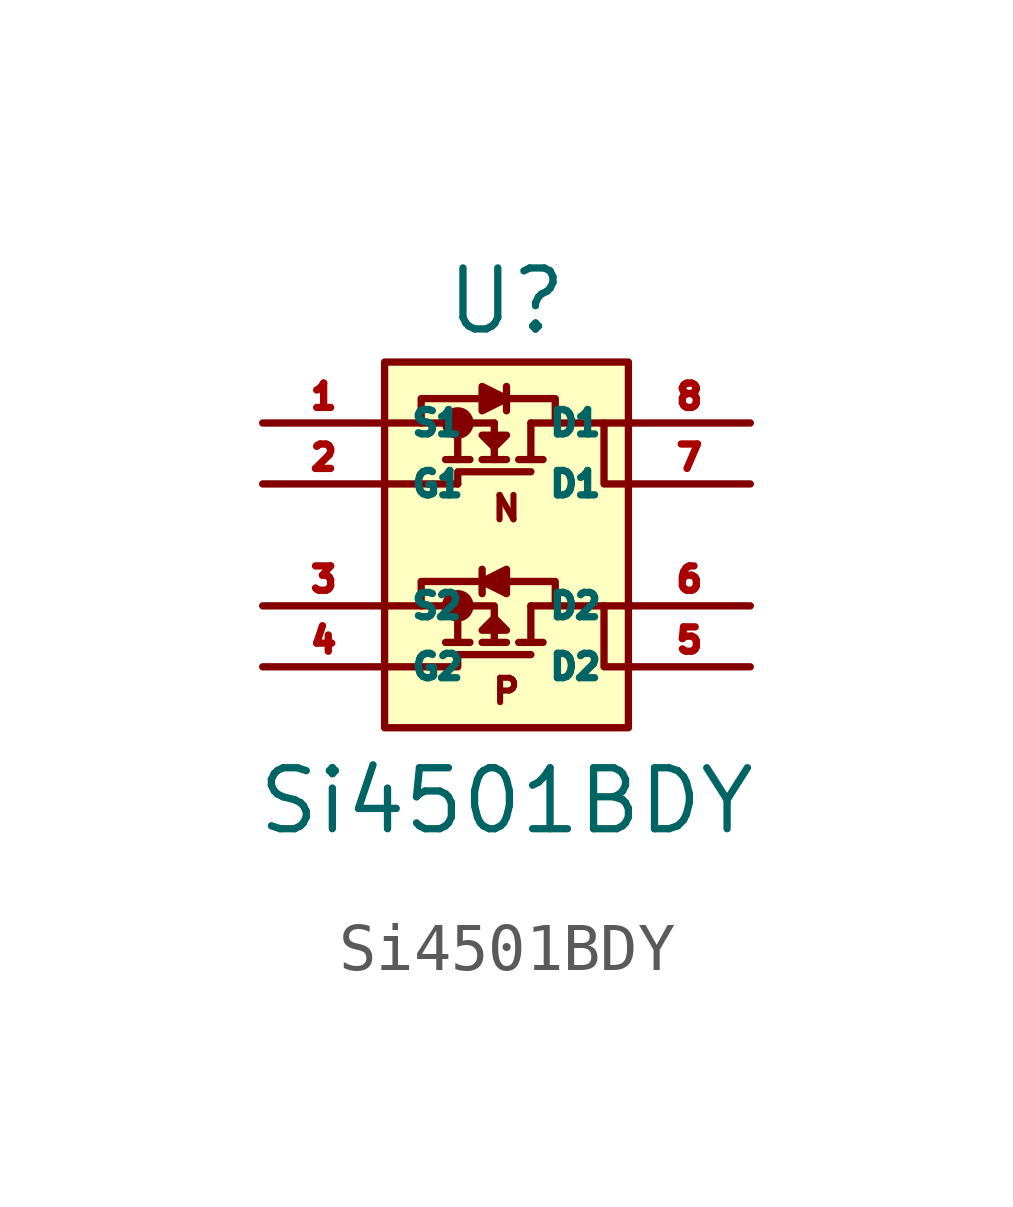
<source format=kicad_sym>
(kicad_symbol_lib
  (version 20211014)
  (generator kicad_symbol_editor)
  (symbol "Si4501BDY"
    (property "Reference" "U"
      (at 0 5.08 0)
      (effects (font (size 1.27 1.27))))
    (property "Value" "Si4501BDY"
      (at 0 -5.334 0)
      (effects (font (size 1.27 1.27))))
    (symbol "Si4501BDY_0_0"
      (text "N" (at 0 0.762 0) (effects (font (size 0.508 0.508))))
      (text "P" (at 0 -3.048 0) (effects (font (size 0.508 0.508)))))
    (symbol "Si4501BDY_0_1"
      (circle (center -1.016 -1.27) (radius 0.254) (stroke (width 0) (type default) (color 0 0 0 0)) (fill (type outline)))
      (circle (center -1.016 2.54) (radius 0.254) (stroke (width 0) (type default) (color 0 0 0 0)) (fill (type outline)))
      (polyline (pts (xy -1.27 1.778) (xy -0.762 1.778)) (stroke (width 0) (type default) (color 0 0 0 0)) (fill (type none)))
      (polyline (pts (xy -1.016 -1.27) (xy -1.016 -2.032)) (stroke (width 0) (type default) (color 0 0 0 0)) (fill (type none)))
      (polyline (pts (xy -1.016 1.27) (xy -2.54 1.27)) (stroke (width 0) (type default) (color 0 0 0 0)) (fill (type none)))
      (polyline (pts (xy -1.016 1.778) (xy -1.016 2.54)) (stroke (width 0) (type default) (color 0 0 0 0)) (fill (type none)))
      (polyline (pts (xy -1.016 2.54) (xy -2.54 2.54)) (stroke (width 0) (type default) (color 0 0 0 0)) (fill (type none)))
      (polyline (pts (xy -1.016 2.54) (xy -0.254 2.54)) (stroke (width 0) (type default) (color 0 0 0 0)) (fill (type none)))
      (polyline (pts (xy -0.762 -2.032) (xy -1.27 -2.032)) (stroke (width 0) (type default) (color 0 0 0 0)) (fill (type none)))
      (polyline (pts (xy -0.508 -2.032) (xy 0 -2.032)) (stroke (width 0) (type default) (color 0 0 0 0)) (fill (type none)))
      (polyline (pts (xy -0.508 -0.508) (xy -0.508 -1.016)) (stroke (width 0) (type default) (color 0 0 0 0)) (fill (type none)))
      (polyline (pts (xy -0.508 1.778) (xy 0 1.778)) (stroke (width 0) (type default) (color 0 0 0 0)) (fill (type none)))
      (polyline (pts (xy -0.254 1.778) (xy -0.254 2.54)) (stroke (width 0) (type default) (color 0 0 0 0)) (fill (type none)))
      (polyline (pts (xy 0 2.794) (xy 0 3.302)) (stroke (width 0) (type default) (color 0 0 0 0)) (fill (type none)))
      (polyline (pts (xy 0.254 -2.032) (xy 0.762 -2.032)) (stroke (width 0) (type default) (color 0 0 0 0)) (fill (type none)))
      (polyline (pts (xy 0.254 1.778) (xy 0.762 1.778)) (stroke (width 0) (type default) (color 0 0 0 0)) (fill (type none)))
      (polyline (pts (xy 0.508 -1.27) (xy 0.508 -2.032)) (stroke (width 0) (type default) (color 0 0 0 0)) (fill (type none)))
      (polyline (pts (xy 0.508 -1.27) (xy 2.54 -1.27)) (stroke (width 0) (type default) (color 0 0 0 0)) (fill (type none)))
      (polyline (pts (xy 0.508 2.54) (xy 0.508 1.778)) (stroke (width 0) (type default) (color 0 0 0 0)) (fill (type none)))
      (polyline (pts (xy 0.508 2.54) (xy 2.54 2.54)) (stroke (width 0) (type default) (color 0 0 0 0)) (fill (type none)))
      (polyline (pts (xy -2.54 -1.27) (xy -0.254 -1.27) (xy -0.254 -2.032)) (stroke (width 0) (type default) (color 0 0 0 0)) (fill (type none)))
      (polyline (pts (xy -1.016 1.27) (xy -1.016 1.524) (xy 0.508 1.524)) (stroke (width 0) (type default) (color 0 0 0 0)) (fill (type none)))
      (polyline (pts (xy 2.032 -1.27) (xy 2.032 -2.54) (xy 2.54 -2.54)) (stroke (width 0) (type default) (color 0 0 0 0)) (fill (type none)))
      (polyline (pts (xy 2.032 2.54) (xy 2.032 1.27) (xy 2.54 1.27)) (stroke (width 0) (type default) (color 0 0 0 0)) (fill (type none)))
      (polyline (pts (xy -0.508 -1.778) (xy 0 -1.778) (xy -0.254 -1.524) (xy -0.508 -1.778)) (stroke (width 0) (type default) (color 0 0 0 0)) (fill (type outline)))
      (polyline (pts (xy -0.508 2.286) (xy 0 2.286) (xy -0.254 2.032) (xy -0.508 2.286)) (stroke (width 0) (type default) (color 0 0 0 0)) (fill (type outline)))
      (polyline (pts (xy -0.508 3.302) (xy -0.508 2.794) (xy 0 3.048) (xy -0.508 3.302)) (stroke (width 0) (type default) (color 0 0 0 0)) (fill (type outline)))
      (polyline (pts (xy 0 -0.508) (xy 0 -1.016) (xy -0.508 -0.762) (xy 0 -0.508)) (stroke (width 0) (type default) (color 0 0 0 0)) (fill (type outline)))
      (polyline (pts (xy 0.508 -2.286) (xy -1.016 -2.286) (xy -1.016 -2.54) (xy -2.54 -2.54)) (stroke (width 0) (type default) (color 0 0 0 0)) (fill (type none)))
      (polyline (pts (xy 1.016 -1.27) (xy 1.016 -0.762) (xy -1.778 -0.762) (xy -1.778 -1.27)) (stroke (width 0) (type default) (color 0 0 0 0)) (fill (type none)))
      (polyline (pts (xy 1.016 2.54) (xy 1.016 3.048) (xy -1.778 3.048) (xy -1.778 2.54)) (stroke (width 0) (type default) (color 0 0 0 0)) (fill (type none)))
      (polyline (pts (xy 2.54 3.81) (xy -2.54 3.81) (xy -2.54 -3.81) (xy 2.54 -3.81) (xy 2.54 3.81)) (stroke (width 0) (type default) (color 0 0 0 0)) (fill (type background))))
    (symbol "Si4501BDY_1_1"
      (pin passive line (at -5.08 2.54 0) (length 2.54) (name "S1" (effects (font (size 0.508 0.508)))) (number "1" (effects (font (size 0.508 0.508)))))
      (pin passive line (at -5.08 1.27 0) (length 2.54) (name "G1" (effects (font (size 0.508 0.508)))) (number "2" (effects (font (size 0.508 0.508)))))
      (pin passive line (at -5.08 -1.27 0) (length 2.54) (name "S2" (effects (font (size 0.508 0.508)))) (number "3" (effects (font (size 0.508 0.508)))))
      (pin passive line (at -5.08 -2.54 0) (length 2.54) (name "G2" (effects (font (size 0.508 0.508)))) (number "4" (effects (font (size 0.508 0.508)))))
      (pin passive line (at 5.08 -2.54 180) (length 2.54) (name "D2" (effects (font (size 0.508 0.508)))) (number "5" (effects (font (size 0.508 0.508)))))
      (pin passive line (at 5.08 -1.27 180) (length 2.54) (name "D2" (effects (font (size 0.508 0.508)))) (number "6" (effects (font (size 0.508 0.508)))))
      (pin passive line (at 5.08 1.27 180) (length 2.54) (name "D1" (effects (font (size 0.508 0.508)))) (number "7" (effects (font (size 0.508 0.508)))))
      (pin passive line (at 5.08 2.54 180) (length 2.54) (name "D1" (effects (font (size 0.508 0.508)))) (number "8" (effects (font (size 0.508 0.508))))))))
</source>
